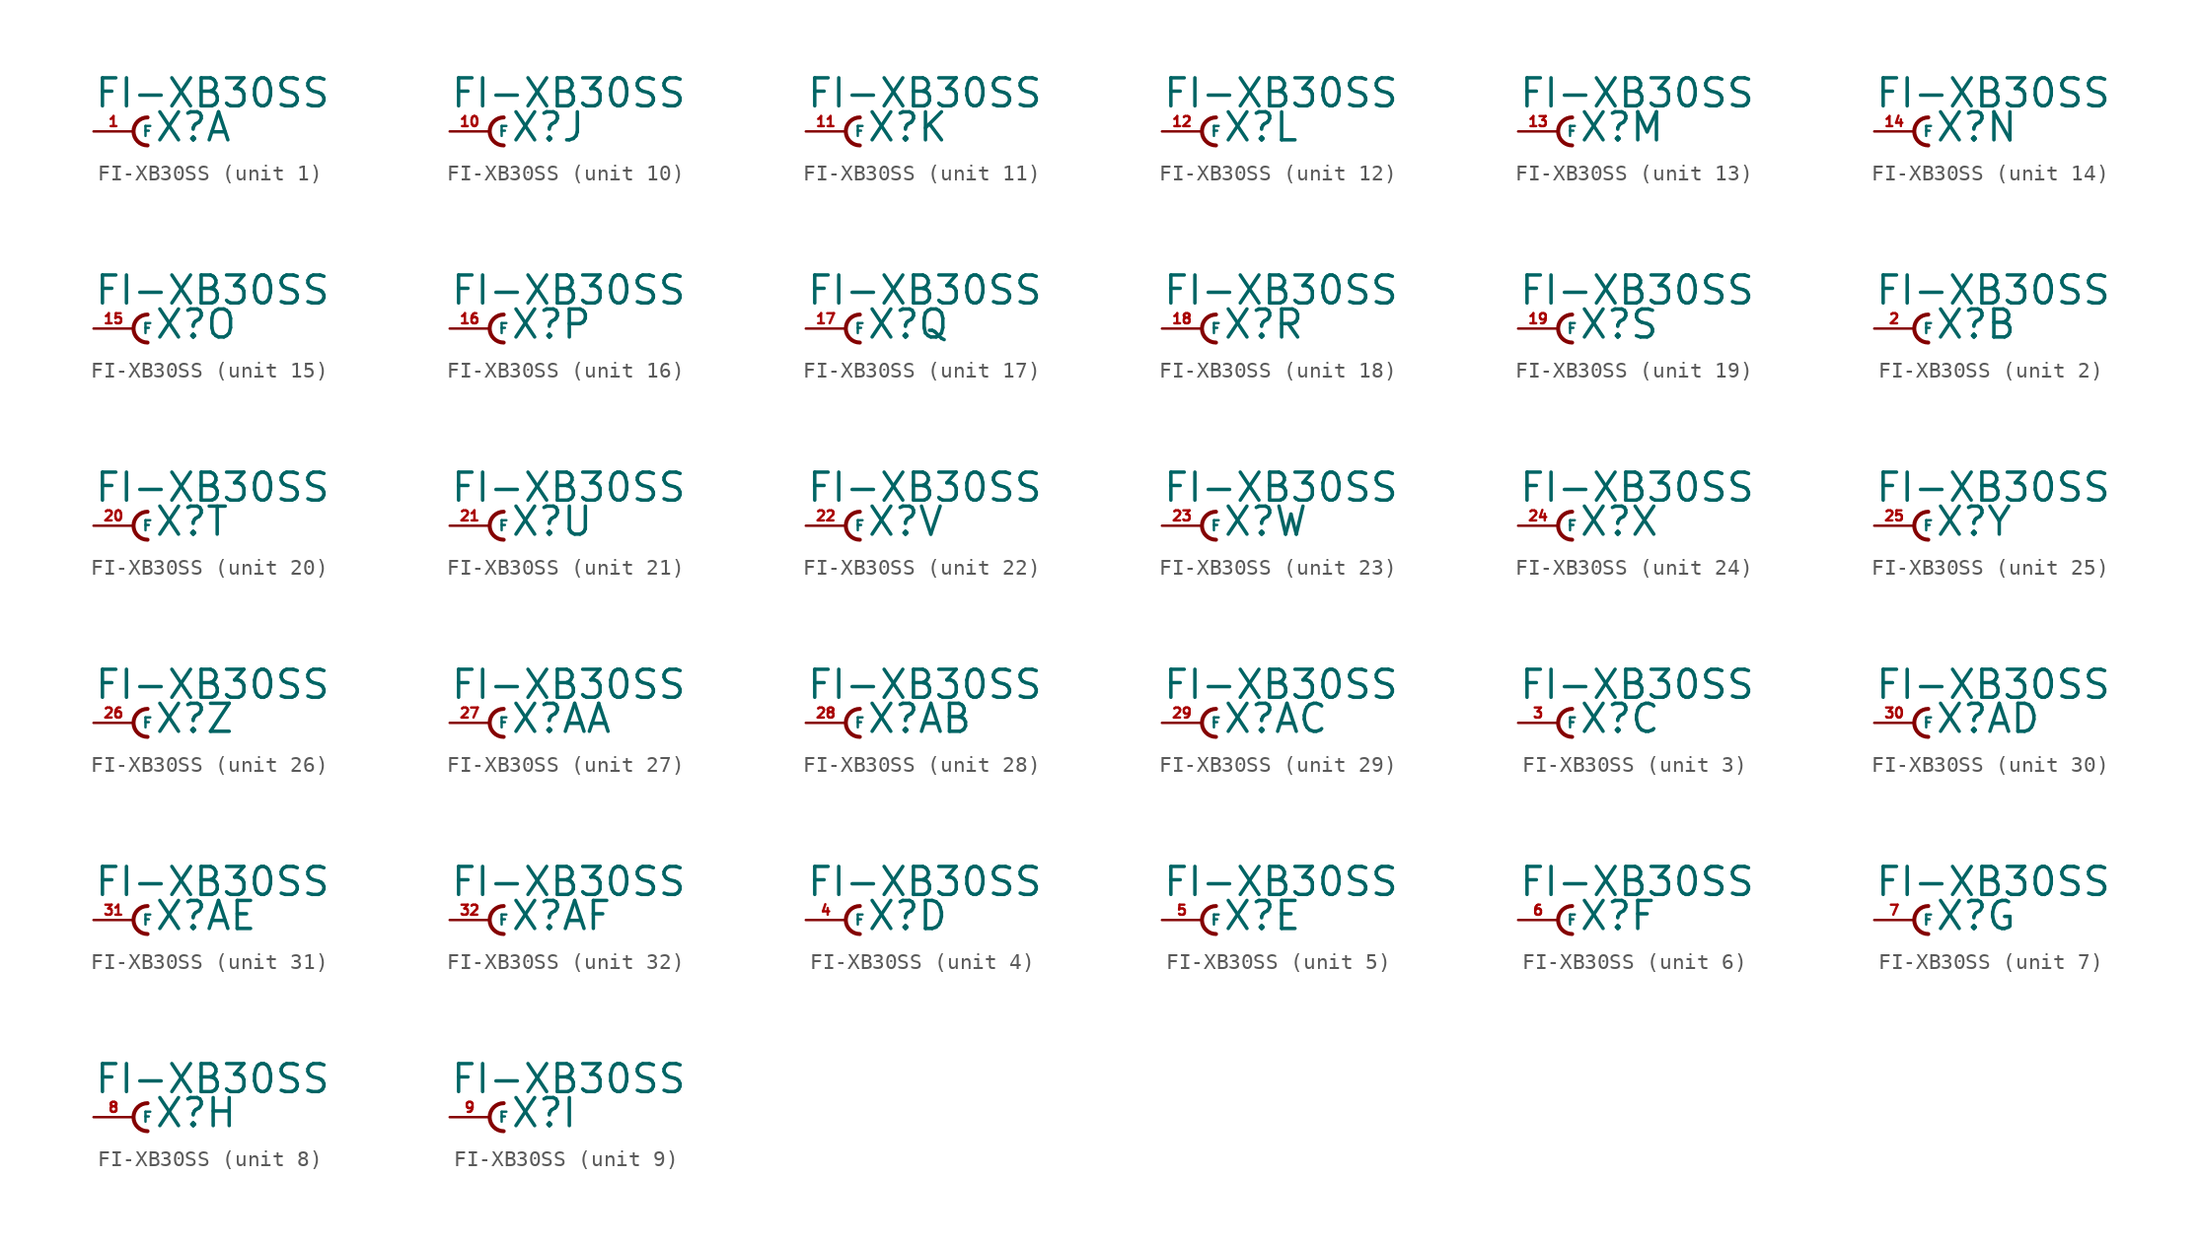
<source format=kicad_sym>
(kicad_symbol_lib
  (version 20220914)
  (generator Eagle2Kicad)
  (symbol "FI-XB30SS"
    (property "Reference" "X"
      (at 1.27 -0.762 0)
      (effects (font (size 1.778 1.778) (thickness 0.22)) (justify left bottom)))
    (property "Value" "FI-XB30SS"
      (at -2.54 1.397 0)
      (effects (font (size 1.778 1.778) (thickness 0.22)) (justify left bottom)))
    (symbol "FI-XB30SS_1_0"
      (arc (start 0.889 0.889) (mid 0.000 0.000) (end 0.889 -0.889) (stroke (width 0.254) (type default)) (fill (type none)))
      (pin passive line (at -2.54 0 0) (length 2.54) (name "F" (effects (font (size 0.635 0.635) (thickness 0.08)) (justify left bottom))) (number "1" (effects (font (size 0.635 0.635) (thickness 0.08)) (justify left bottom)))))
    (symbol "FI-XB30SS_2_0"
      (arc (start 0.889 0.889) (mid 0.000 0.000) (end 0.889 -0.889) (stroke (width 0.254) (type default)) (fill (type none)))
      (pin passive line (at -2.54 0 0) (length 2.54) (name "F" (effects (font (size 0.635 0.635) (thickness 0.08)) (justify left bottom))) (number "2" (effects (font (size 0.635 0.635) (thickness 0.08)) (justify left bottom)))))
    (symbol "FI-XB30SS_3_0"
      (arc (start 0.889 0.889) (mid 0.000 0.000) (end 0.889 -0.889) (stroke (width 0.254) (type default)) (fill (type none)))
      (pin passive line (at -2.54 0 0) (length 2.54) (name "F" (effects (font (size 0.635 0.635) (thickness 0.08)) (justify left bottom))) (number "3" (effects (font (size 0.635 0.635) (thickness 0.08)) (justify left bottom)))))
    (symbol "FI-XB30SS_4_0"
      (arc (start 0.889 0.889) (mid 0.000 0.000) (end 0.889 -0.889) (stroke (width 0.254) (type default)) (fill (type none)))
      (pin passive line (at -2.54 0 0) (length 2.54) (name "F" (effects (font (size 0.635 0.635) (thickness 0.08)) (justify left bottom))) (number "4" (effects (font (size 0.635 0.635) (thickness 0.08)) (justify left bottom)))))
    (symbol "FI-XB30SS_5_0"
      (arc (start 0.889 0.889) (mid 0.000 0.000) (end 0.889 -0.889) (stroke (width 0.254) (type default)) (fill (type none)))
      (pin passive line (at -2.54 0 0) (length 2.54) (name "F" (effects (font (size 0.635 0.635) (thickness 0.08)) (justify left bottom))) (number "5" (effects (font (size 0.635 0.635) (thickness 0.08)) (justify left bottom)))))
    (symbol "FI-XB30SS_6_0"
      (arc (start 0.889 0.889) (mid 0.000 0.000) (end 0.889 -0.889) (stroke (width 0.254) (type default)) (fill (type none)))
      (pin passive line (at -2.54 0 0) (length 2.54) (name "F" (effects (font (size 0.635 0.635) (thickness 0.08)) (justify left bottom))) (number "6" (effects (font (size 0.635 0.635) (thickness 0.08)) (justify left bottom)))))
    (symbol "FI-XB30SS_7_0"
      (arc (start 0.889 0.889) (mid 0.000 0.000) (end 0.889 -0.889) (stroke (width 0.254) (type default)) (fill (type none)))
      (pin passive line (at -2.54 0 0) (length 2.54) (name "F" (effects (font (size 0.635 0.635) (thickness 0.08)) (justify left bottom))) (number "7" (effects (font (size 0.635 0.635) (thickness 0.08)) (justify left bottom)))))
    (symbol "FI-XB30SS_8_0"
      (arc (start 0.889 0.889) (mid 0.000 0.000) (end 0.889 -0.889) (stroke (width 0.254) (type default)) (fill (type none)))
      (pin passive line (at -2.54 0 0) (length 2.54) (name "F" (effects (font (size 0.635 0.635) (thickness 0.08)) (justify left bottom))) (number "8" (effects (font (size 0.635 0.635) (thickness 0.08)) (justify left bottom)))))
    (symbol "FI-XB30SS_9_0"
      (arc (start 0.889 0.889) (mid 0.000 0.000) (end 0.889 -0.889) (stroke (width 0.254) (type default)) (fill (type none)))
      (pin passive line (at -2.54 0 0) (length 2.54) (name "F" (effects (font (size 0.635 0.635) (thickness 0.08)) (justify left bottom))) (number "9" (effects (font (size 0.635 0.635) (thickness 0.08)) (justify left bottom)))))
    (symbol "FI-XB30SS_10_0"
      (arc (start 0.889 0.889) (mid 0.000 0.000) (end 0.889 -0.889) (stroke (width 0.254) (type default)) (fill (type none)))
      (pin passive line (at -2.54 0 0) (length 2.54) (name "F" (effects (font (size 0.635 0.635) (thickness 0.08)) (justify left bottom))) (number "10" (effects (font (size 0.635 0.635) (thickness 0.08)) (justify left bottom)))))
    (symbol "FI-XB30SS_11_0"
      (arc (start 0.889 0.889) (mid 0.000 0.000) (end 0.889 -0.889) (stroke (width 0.254) (type default)) (fill (type none)))
      (pin passive line (at -2.54 0 0) (length 2.54) (name "F" (effects (font (size 0.635 0.635) (thickness 0.08)) (justify left bottom))) (number "11" (effects (font (size 0.635 0.635) (thickness 0.08)) (justify left bottom)))))
    (symbol "FI-XB30SS_12_0"
      (arc (start 0.889 0.889) (mid 0.000 0.000) (end 0.889 -0.889) (stroke (width 0.254) (type default)) (fill (type none)))
      (pin passive line (at -2.54 0 0) (length 2.54) (name "F" (effects (font (size 0.635 0.635) (thickness 0.08)) (justify left bottom))) (number "12" (effects (font (size 0.635 0.635) (thickness 0.08)) (justify left bottom)))))
    (symbol "FI-XB30SS_13_0"
      (arc (start 0.889 0.889) (mid 0.000 0.000) (end 0.889 -0.889) (stroke (width 0.254) (type default)) (fill (type none)))
      (pin passive line (at -2.54 0 0) (length 2.54) (name "F" (effects (font (size 0.635 0.635) (thickness 0.08)) (justify left bottom))) (number "13" (effects (font (size 0.635 0.635) (thickness 0.08)) (justify left bottom)))))
    (symbol "FI-XB30SS_14_0"
      (arc (start 0.889 0.889) (mid 0.000 0.000) (end 0.889 -0.889) (stroke (width 0.254) (type default)) (fill (type none)))
      (pin passive line (at -2.54 0 0) (length 2.54) (name "F" (effects (font (size 0.635 0.635) (thickness 0.08)) (justify left bottom))) (number "14" (effects (font (size 0.635 0.635) (thickness 0.08)) (justify left bottom)))))
    (symbol "FI-XB30SS_15_0"
      (arc (start 0.889 0.889) (mid 0.000 0.000) (end 0.889 -0.889) (stroke (width 0.254) (type default)) (fill (type none)))
      (pin passive line (at -2.54 0 0) (length 2.54) (name "F" (effects (font (size 0.635 0.635) (thickness 0.08)) (justify left bottom))) (number "15" (effects (font (size 0.635 0.635) (thickness 0.08)) (justify left bottom)))))
    (symbol "FI-XB30SS_16_0"
      (arc (start 0.889 0.889) (mid 0.000 0.000) (end 0.889 -0.889) (stroke (width 0.254) (type default)) (fill (type none)))
      (pin passive line (at -2.54 0 0) (length 2.54) (name "F" (effects (font (size 0.635 0.635) (thickness 0.08)) (justify left bottom))) (number "16" (effects (font (size 0.635 0.635) (thickness 0.08)) (justify left bottom)))))
    (symbol "FI-XB30SS_17_0"
      (arc (start 0.889 0.889) (mid 0.000 0.000) (end 0.889 -0.889) (stroke (width 0.254) (type default)) (fill (type none)))
      (pin passive line (at -2.54 0 0) (length 2.54) (name "F" (effects (font (size 0.635 0.635) (thickness 0.08)) (justify left bottom))) (number "17" (effects (font (size 0.635 0.635) (thickness 0.08)) (justify left bottom)))))
    (symbol "FI-XB30SS_18_0"
      (arc (start 0.889 0.889) (mid 0.000 0.000) (end 0.889 -0.889) (stroke (width 0.254) (type default)) (fill (type none)))
      (pin passive line (at -2.54 0 0) (length 2.54) (name "F" (effects (font (size 0.635 0.635) (thickness 0.08)) (justify left bottom))) (number "18" (effects (font (size 0.635 0.635) (thickness 0.08)) (justify left bottom)))))
    (symbol "FI-XB30SS_19_0"
      (arc (start 0.889 0.889) (mid 0.000 0.000) (end 0.889 -0.889) (stroke (width 0.254) (type default)) (fill (type none)))
      (pin passive line (at -2.54 0 0) (length 2.54) (name "F" (effects (font (size 0.635 0.635) (thickness 0.08)) (justify left bottom))) (number "19" (effects (font (size 0.635 0.635) (thickness 0.08)) (justify left bottom)))))
    (symbol "FI-XB30SS_20_0"
      (arc (start 0.889 0.889) (mid 0.000 0.000) (end 0.889 -0.889) (stroke (width 0.254) (type default)) (fill (type none)))
      (pin passive line (at -2.54 0 0) (length 2.54) (name "F" (effects (font (size 0.635 0.635) (thickness 0.08)) (justify left bottom))) (number "20" (effects (font (size 0.635 0.635) (thickness 0.08)) (justify left bottom)))))
    (symbol "FI-XB30SS_21_0"
      (arc (start 0.889 0.889) (mid 0.000 0.000) (end 0.889 -0.889) (stroke (width 0.254) (type default)) (fill (type none)))
      (pin passive line (at -2.54 0 0) (length 2.54) (name "F" (effects (font (size 0.635 0.635) (thickness 0.08)) (justify left bottom))) (number "21" (effects (font (size 0.635 0.635) (thickness 0.08)) (justify left bottom)))))
    (symbol "FI-XB30SS_22_0"
      (arc (start 0.889 0.889) (mid 0.000 0.000) (end 0.889 -0.889) (stroke (width 0.254) (type default)) (fill (type none)))
      (pin passive line (at -2.54 0 0) (length 2.54) (name "F" (effects (font (size 0.635 0.635) (thickness 0.08)) (justify left bottom))) (number "22" (effects (font (size 0.635 0.635) (thickness 0.08)) (justify left bottom)))))
    (symbol "FI-XB30SS_23_0"
      (arc (start 0.889 0.889) (mid 0.000 0.000) (end 0.889 -0.889) (stroke (width 0.254) (type default)) (fill (type none)))
      (pin passive line (at -2.54 0 0) (length 2.54) (name "F" (effects (font (size 0.635 0.635) (thickness 0.08)) (justify left bottom))) (number "23" (effects (font (size 0.635 0.635) (thickness 0.08)) (justify left bottom)))))
    (symbol "FI-XB30SS_24_0"
      (arc (start 0.889 0.889) (mid 0.000 0.000) (end 0.889 -0.889) (stroke (width 0.254) (type default)) (fill (type none)))
      (pin passive line (at -2.54 0 0) (length 2.54) (name "F" (effects (font (size 0.635 0.635) (thickness 0.08)) (justify left bottom))) (number "24" (effects (font (size 0.635 0.635) (thickness 0.08)) (justify left bottom)))))
    (symbol "FI-XB30SS_25_0"
      (arc (start 0.889 0.889) (mid 0.000 0.000) (end 0.889 -0.889) (stroke (width 0.254) (type default)) (fill (type none)))
      (pin passive line (at -2.54 0 0) (length 2.54) (name "F" (effects (font (size 0.635 0.635) (thickness 0.08)) (justify left bottom))) (number "25" (effects (font (size 0.635 0.635) (thickness 0.08)) (justify left bottom)))))
    (symbol "FI-XB30SS_26_0"
      (arc (start 0.889 0.889) (mid 0.000 0.000) (end 0.889 -0.889) (stroke (width 0.254) (type default)) (fill (type none)))
      (pin passive line (at -2.54 0 0) (length 2.54) (name "F" (effects (font (size 0.635 0.635) (thickness 0.08)) (justify left bottom))) (number "26" (effects (font (size 0.635 0.635) (thickness 0.08)) (justify left bottom)))))
    (symbol "FI-XB30SS_27_0"
      (arc (start 0.889 0.889) (mid 0.000 0.000) (end 0.889 -0.889) (stroke (width 0.254) (type default)) (fill (type none)))
      (pin passive line (at -2.54 0 0) (length 2.54) (name "F" (effects (font (size 0.635 0.635) (thickness 0.08)) (justify left bottom))) (number "27" (effects (font (size 0.635 0.635) (thickness 0.08)) (justify left bottom)))))
    (symbol "FI-XB30SS_28_0"
      (arc (start 0.889 0.889) (mid 0.000 0.000) (end 0.889 -0.889) (stroke (width 0.254) (type default)) (fill (type none)))
      (pin passive line (at -2.54 0 0) (length 2.54) (name "F" (effects (font (size 0.635 0.635) (thickness 0.08)) (justify left bottom))) (number "28" (effects (font (size 0.635 0.635) (thickness 0.08)) (justify left bottom)))))
    (symbol "FI-XB30SS_29_0"
      (arc (start 0.889 0.889) (mid 0.000 0.000) (end 0.889 -0.889) (stroke (width 0.254) (type default)) (fill (type none)))
      (pin passive line (at -2.54 0 0) (length 2.54) (name "F" (effects (font (size 0.635 0.635) (thickness 0.08)) (justify left bottom))) (number "29" (effects (font (size 0.635 0.635) (thickness 0.08)) (justify left bottom)))))
    (symbol "FI-XB30SS_30_0"
      (arc (start 0.889 0.889) (mid 0.000 0.000) (end 0.889 -0.889) (stroke (width 0.254) (type default)) (fill (type none)))
      (pin passive line (at -2.54 0 0) (length 2.54) (name "F" (effects (font (size 0.635 0.635) (thickness 0.08)) (justify left bottom))) (number "30" (effects (font (size 0.635 0.635) (thickness 0.08)) (justify left bottom)))))
    (symbol "FI-XB30SS_31_0"
      (arc (start 0.889 0.889) (mid 0.000 0.000) (end 0.889 -0.889) (stroke (width 0.254) (type default)) (fill (type none)))
      (pin passive line (at -2.54 0 0) (length 2.54) (name "F" (effects (font (size 0.635 0.635) (thickness 0.08)) (justify left bottom))) (number "31" (effects (font (size 0.635 0.635) (thickness 0.08)) (justify left bottom)))))
    (symbol "FI-XB30SS_32_0"
      (arc (start 0.889 0.889) (mid 0.000 0.000) (end 0.889 -0.889) (stroke (width 0.254) (type default)) (fill (type none)))
      (pin passive line (at -2.54 0 0) (length 2.54) (name "F" (effects (font (size 0.635 0.635) (thickness 0.08)) (justify left bottom))) (number "32" (effects (font (size 0.635 0.635) (thickness 0.08)) (justify left bottom)))))))
</source>
